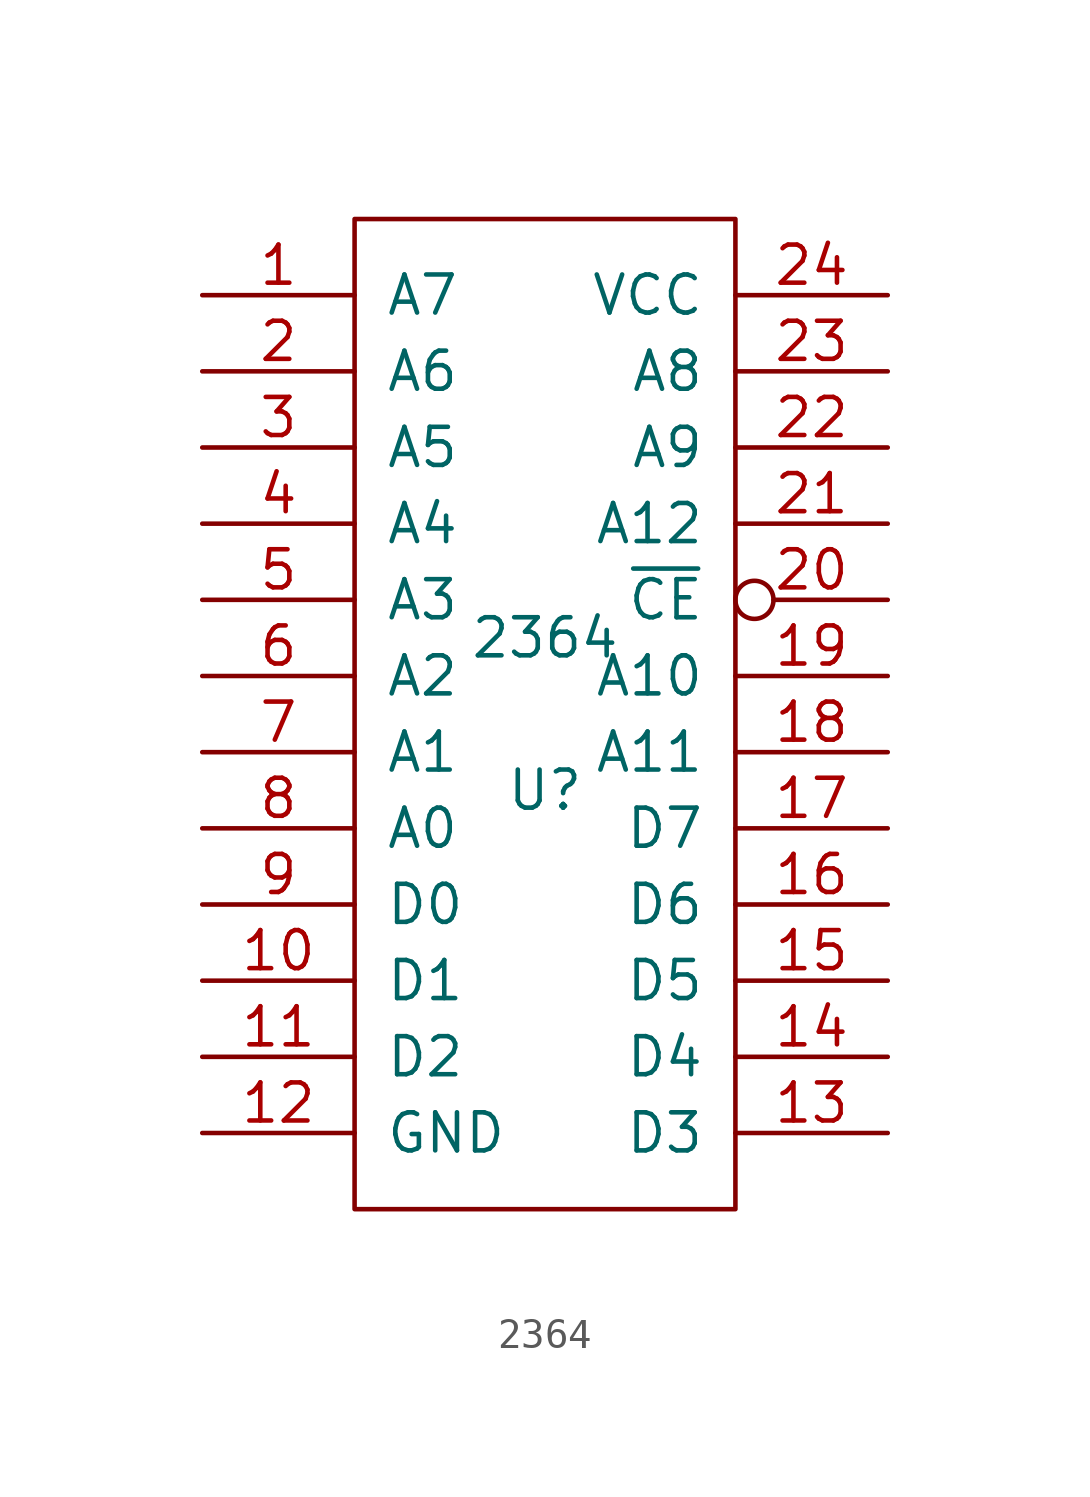
<source format=kicad_sym>
(kicad_symbol_lib
  (version 20220914)
  (generator kicad_symbol_editor)
  (symbol "2364"
    (pin_names
      (offset 1.016))
    (property "Reference" "U"
      (at 0 -2.54 0)
      (effects (font (size 1.27 1.27))))
    (property "Value" "2364"
      (at 0 2.54 0)
      (effects (font (size 1.27 1.27))))
    (symbol "2364_1_0"
      (rectangle (start -6.35 -16.51) (end 6.35 16.51) (stroke (width 0) (type solid)) (fill (type none))))
    (symbol "2364_1_1"
      (pin output line (at -11.43 13.97 0) (length 5.08) (name "A7" (effects (font (size 1.27 1.27)))) (number "1" (effects (font (size 1.27 1.27)))))
      (pin bidirectional line (at -11.43 -8.89 0) (length 5.08) (name "D1" (effects (font (size 1.27 1.27)))) (number "10" (effects (font (size 1.27 1.27)))))
      (pin bidirectional line (at -11.43 -11.43 0) (length 5.08) (name "D2" (effects (font (size 1.27 1.27)))) (number "11" (effects (font (size 1.27 1.27)))))
      (pin power_out line (at -11.43 -13.97 0) (length 5.08) (name "GND" (effects (font (size 1.27 1.27)))) (number "12" (effects (font (size 1.27 1.27)))))
      (pin bidirectional line (at 11.43 -13.97 180) (length 5.08) (name "D3" (effects (font (size 1.27 1.27)))) (number "13" (effects (font (size 1.27 1.27)))))
      (pin bidirectional line (at 11.43 -11.43 180) (length 5.08) (name "D4" (effects (font (size 1.27 1.27)))) (number "14" (effects (font (size 1.27 1.27)))))
      (pin bidirectional line (at 11.43 -8.89 180) (length 5.08) (name "D5" (effects (font (size 1.27 1.27)))) (number "15" (effects (font (size 1.27 1.27)))))
      (pin bidirectional line (at 11.43 -6.35 180) (length 5.08) (name "D6" (effects (font (size 1.27 1.27)))) (number "16" (effects (font (size 1.27 1.27)))))
      (pin bidirectional line (at 11.43 -3.81 180) (length 5.08) (name "D7" (effects (font (size 1.27 1.27)))) (number "17" (effects (font (size 1.27 1.27)))))
      (pin output line (at 11.43 -1.27 180) (length 5.08) (name "A11" (effects (font (size 1.27 1.27)))) (number "18" (effects (font (size 1.27 1.27)))))
      (pin output line (at 11.43 1.27 180) (length 5.08) (name "A10" (effects (font (size 1.27 1.27)))) (number "19" (effects (font (size 1.27 1.27)))))
      (pin output line (at -11.43 11.43 0) (length 5.08) (name "A6" (effects (font (size 1.27 1.27)))) (number "2" (effects (font (size 1.27 1.27)))))
      (pin output inverted (at 11.43 3.81 180) (length 5.08) (name "~{CE}" (effects (font (size 1.27 1.27)))) (number "20" (effects (font (size 1.27 1.27)))))
      (pin output line (at 11.43 6.35 180) (length 5.08) (name "A12" (effects (font (size 1.27 1.27)))) (number "21" (effects (font (size 1.27 1.27)))))
      (pin output line (at 11.43 8.89 180) (length 5.08) (name "A9" (effects (font (size 1.27 1.27)))) (number "22" (effects (font (size 1.27 1.27)))))
      (pin output line (at 11.43 11.43 180) (length 5.08) (name "A8" (effects (font (size 1.27 1.27)))) (number "23" (effects (font (size 1.27 1.27)))))
      (pin power_out line (at 11.43 13.97 180) (length 5.08) (name "VCC" (effects (font (size 1.27 1.27)))) (number "24" (effects (font (size 1.27 1.27)))))
      (pin output line (at -11.43 8.89 0) (length 5.08) (name "A5" (effects (font (size 1.27 1.27)))) (number "3" (effects (font (size 1.27 1.27)))))
      (pin output line (at -11.43 6.35 0) (length 5.08) (name "A4" (effects (font (size 1.27 1.27)))) (number "4" (effects (font (size 1.27 1.27)))))
      (pin output line (at -11.43 3.81 0) (length 5.08) (name "A3" (effects (font (size 1.27 1.27)))) (number "5" (effects (font (size 1.27 1.27)))))
      (pin output line (at -11.43 1.27 0) (length 5.08) (name "A2" (effects (font (size 1.27 1.27)))) (number "6" (effects (font (size 1.27 1.27)))))
      (pin output line (at -11.43 -1.27 0) (length 5.08) (name "A1" (effects (font (size 1.27 1.27)))) (number "7" (effects (font (size 1.27 1.27)))))
      (pin output line (at -11.43 -3.81 0) (length 5.08) (name "A0" (effects (font (size 1.27 1.27)))) (number "8" (effects (font (size 1.27 1.27)))))
      (pin bidirectional line (at -11.43 -6.35 0) (length 5.08) (name "D0" (effects (font (size 1.27 1.27)))) (number "9" (effects (font (size 1.27 1.27))))))))
</source>
